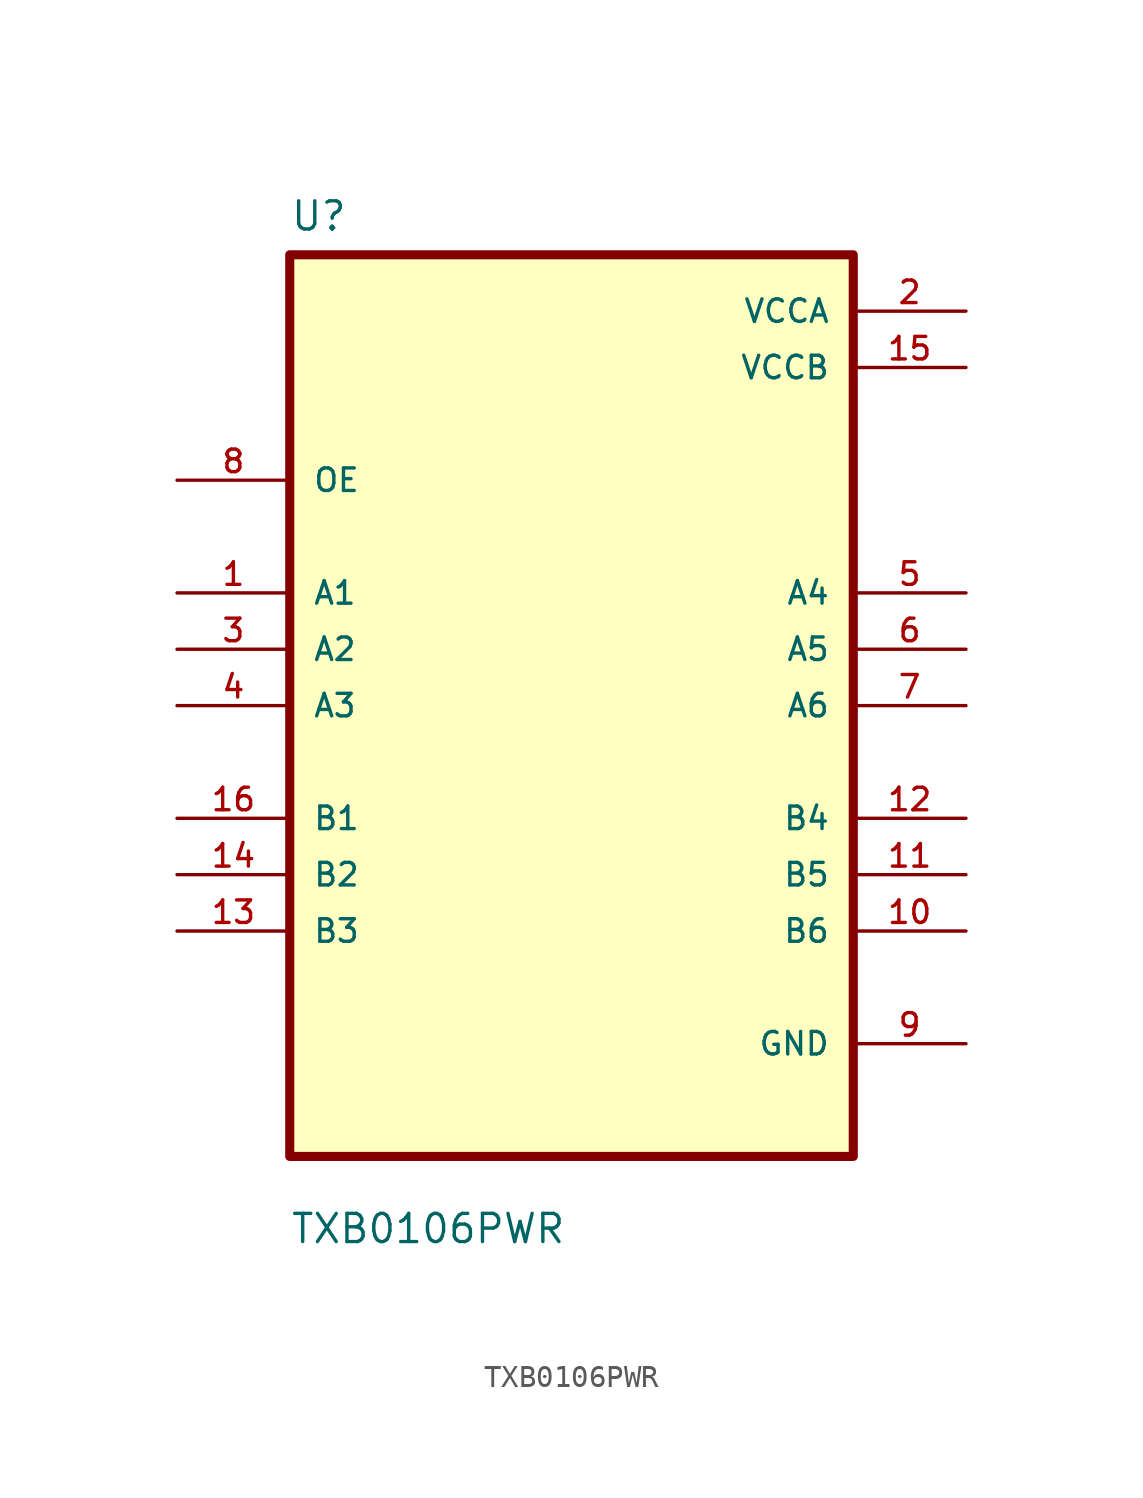
<source format=kicad_sym>
(kicad_symbol_lib
  (version 20211014)
  (generator kicad_symbol_editor)
  (symbol "TXB0106PWR"
    (pin_names
      (offset 1.016))
    (property "Reference" "U"
      (at -12.7 21.32 0.0)
      (effects (font (size 1.27 1.27)) (justify bottom left)))
    (property "Value" "TXB0106PWR"
      (at -12.7 -24.32 0.0)
      (effects (font (size 1.27 1.27)) (justify bottom left)))
    (symbol "TXB0106PWR_0_0"
      (rectangle (start -12.7 -20.32) (end 12.7 20.32) (stroke (width 0.41)) (fill (type background)))
      (pin input line (at -17.78 10.16 0) (length 5.08) (name "OE" (effects (font (size 1.016 1.016)))) (number "8" (effects (font (size 1.016 1.016)))))
      (pin bidirectional line (at -17.78 5.08 0) (length 5.08) (name "A1" (effects (font (size 1.016 1.016)))) (number "1" (effects (font (size 1.016 1.016)))))
      (pin bidirectional line (at -17.78 2.54 0) (length 5.08) (name "A2" (effects (font (size 1.016 1.016)))) (number "3" (effects (font (size 1.016 1.016)))))
      (pin bidirectional line (at -17.78 0.0 0) (length 5.08) (name "A3" (effects (font (size 1.016 1.016)))) (number "4" (effects (font (size 1.016 1.016)))))
      (pin bidirectional line (at -17.78 -5.08 0) (length 5.08) (name "B1" (effects (font (size 1.016 1.016)))) (number "16" (effects (font (size 1.016 1.016)))))
      (pin bidirectional line (at -17.78 -7.62 0) (length 5.08) (name "B2" (effects (font (size 1.016 1.016)))) (number "14" (effects (font (size 1.016 1.016)))))
      (pin bidirectional line (at -17.78 -10.16 0) (length 5.08) (name "B3" (effects (font (size 1.016 1.016)))) (number "13" (effects (font (size 1.016 1.016)))))
      (pin power_in line (at 17.78 17.78 180.0) (length 5.08) (name "VCCA" (effects (font (size 1.016 1.016)))) (number "2" (effects (font (size 1.016 1.016)))))
      (pin power_in line (at 17.78 15.24 180.0) (length 5.08) (name "VCCB" (effects (font (size 1.016 1.016)))) (number "15" (effects (font (size 1.016 1.016)))))
      (pin bidirectional line (at 17.78 5.08 180.0) (length 5.08) (name "A4" (effects (font (size 1.016 1.016)))) (number "5" (effects (font (size 1.016 1.016)))))
      (pin bidirectional line (at 17.78 2.54 180.0) (length 5.08) (name "A5" (effects (font (size 1.016 1.016)))) (number "6" (effects (font (size 1.016 1.016)))))
      (pin bidirectional line (at 17.78 1.77636e-15 180.0) (length 5.08) (name "A6" (effects (font (size 1.016 1.016)))) (number "7" (effects (font (size 1.016 1.016)))))
      (pin bidirectional line (at 17.78 -5.08 180.0) (length 5.08) (name "B4" (effects (font (size 1.016 1.016)))) (number "12" (effects (font (size 1.016 1.016)))))
      (pin bidirectional line (at 17.78 -7.62 180.0) (length 5.08) (name "B5" (effects (font (size 1.016 1.016)))) (number "11" (effects (font (size 1.016 1.016)))))
      (pin bidirectional line (at 17.78 -10.16 180.0) (length 5.08) (name "B6" (effects (font (size 1.016 1.016)))) (number "10" (effects (font (size 1.016 1.016)))))
      (pin power_in line (at 17.78 -15.24 180.0) (length 5.08) (name "GND" (effects (font (size 1.016 1.016)))) (number "9" (effects (font (size 1.016 1.016))))))))
</source>
